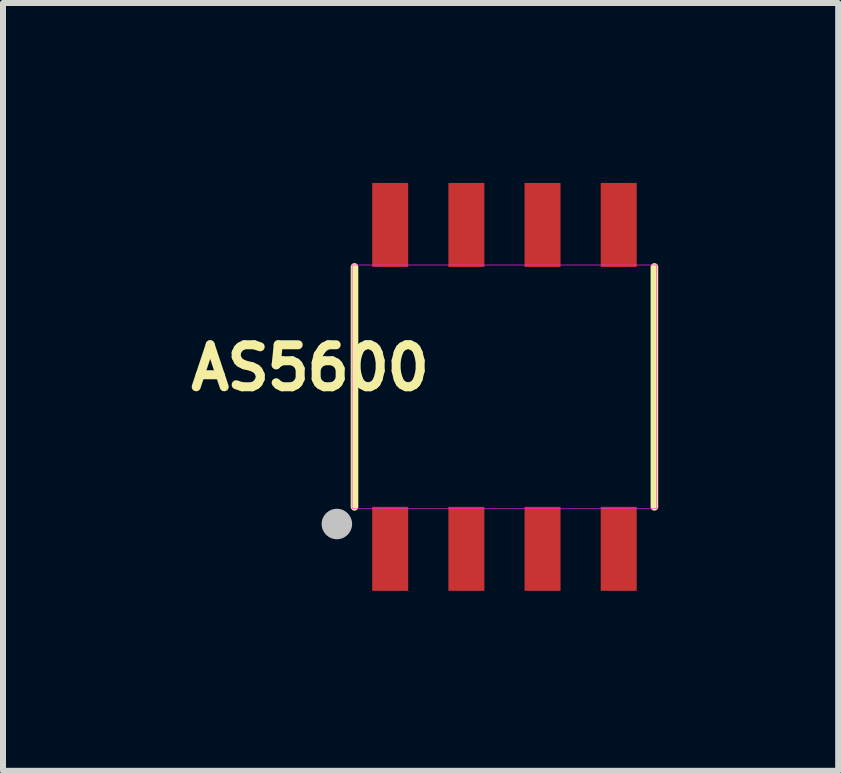
<source format=kicad_pcb>
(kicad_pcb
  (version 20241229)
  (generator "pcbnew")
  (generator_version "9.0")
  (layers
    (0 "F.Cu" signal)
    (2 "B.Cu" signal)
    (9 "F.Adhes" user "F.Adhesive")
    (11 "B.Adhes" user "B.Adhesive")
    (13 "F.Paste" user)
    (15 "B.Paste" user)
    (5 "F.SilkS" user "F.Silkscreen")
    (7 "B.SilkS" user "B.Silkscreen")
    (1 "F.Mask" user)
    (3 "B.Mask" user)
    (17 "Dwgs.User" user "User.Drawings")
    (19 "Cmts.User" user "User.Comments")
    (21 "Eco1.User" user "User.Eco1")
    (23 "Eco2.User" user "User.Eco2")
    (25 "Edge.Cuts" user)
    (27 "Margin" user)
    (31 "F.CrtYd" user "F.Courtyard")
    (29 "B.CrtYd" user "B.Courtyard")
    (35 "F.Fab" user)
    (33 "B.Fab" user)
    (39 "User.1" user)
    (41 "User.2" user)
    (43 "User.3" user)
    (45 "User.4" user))
  (footprint "AS5600"
    (layer "F.Cu")
    (at 5.36 3.4)
    (property "Reference" "AS5600" (at -3.239 -0.318 180) (layer "F.SilkS") (effects (font (size 0.7 0.7) (thickness 0.15))))
    (attr through_hole)
    (fp_line (start -2.5 2) (end -2.5 -2) (stroke (width 0.127) (type solid)) (layer "F.SilkS"))
    (fp_line (start 2.5 -2) (end 2.5 2) (stroke (width 0.127) (type solid)) (layer "F.SilkS"))
    (fp_circle (center -2.794 2.286) (end -2.54 2.286) (stroke (width 0) (type solid)) (fill yes) (layer "Dwgs.User"))
    (fp_poly (pts (xy -2.54 -2.032) (xy 2.54 -2.032) (xy 2.54 2.032) (xy -2.54 2.032)) (stroke (width 0.01) (type solid)) (fill no) (layer "F.CrtYd"))
    (pad "1" smd rect (at -1.905 2.7) (size 0.6 1.4) (layers "F.Cu" "F.Mask" "F.Paste"))
    (pad "2" smd rect (at -0.635 2.7) (size 0.6 1.4) (layers "F.Cu" "F.Mask" "F.Paste"))
    (pad "3" smd rect (at 0.635 2.7) (size 0.6 1.4) (layers "F.Cu" "F.Mask" "F.Paste"))
    (pad "4" smd rect (at 1.905 2.7) (size 0.6 1.4) (layers "F.Cu" "F.Mask" "F.Paste"))
    (pad "5" smd rect (at 1.905 -2.7) (size 0.6 1.4) (layers "F.Cu" "F.Mask" "F.Paste"))
    (pad "6" smd rect (at 0.635 -2.7) (size 0.6 1.4) (layers "F.Cu" "F.Mask" "F.Paste"))
    (pad "7" smd rect (at -0.635 -2.7) (size 0.6 1.4) (layers "F.Cu" "F.Mask" "F.Paste"))
    (pad "8" smd rect (at -1.905 -2.7) (size 0.6 1.4) (layers "F.Cu" "F.Mask" "F.Paste")))
  (gr_rect
    (start -3 -3)
    (end 10.924 9.8)
    (stroke (width 0.1) (type default))
    (fill no)
    (layer "Edge.Cuts")))
</source>
